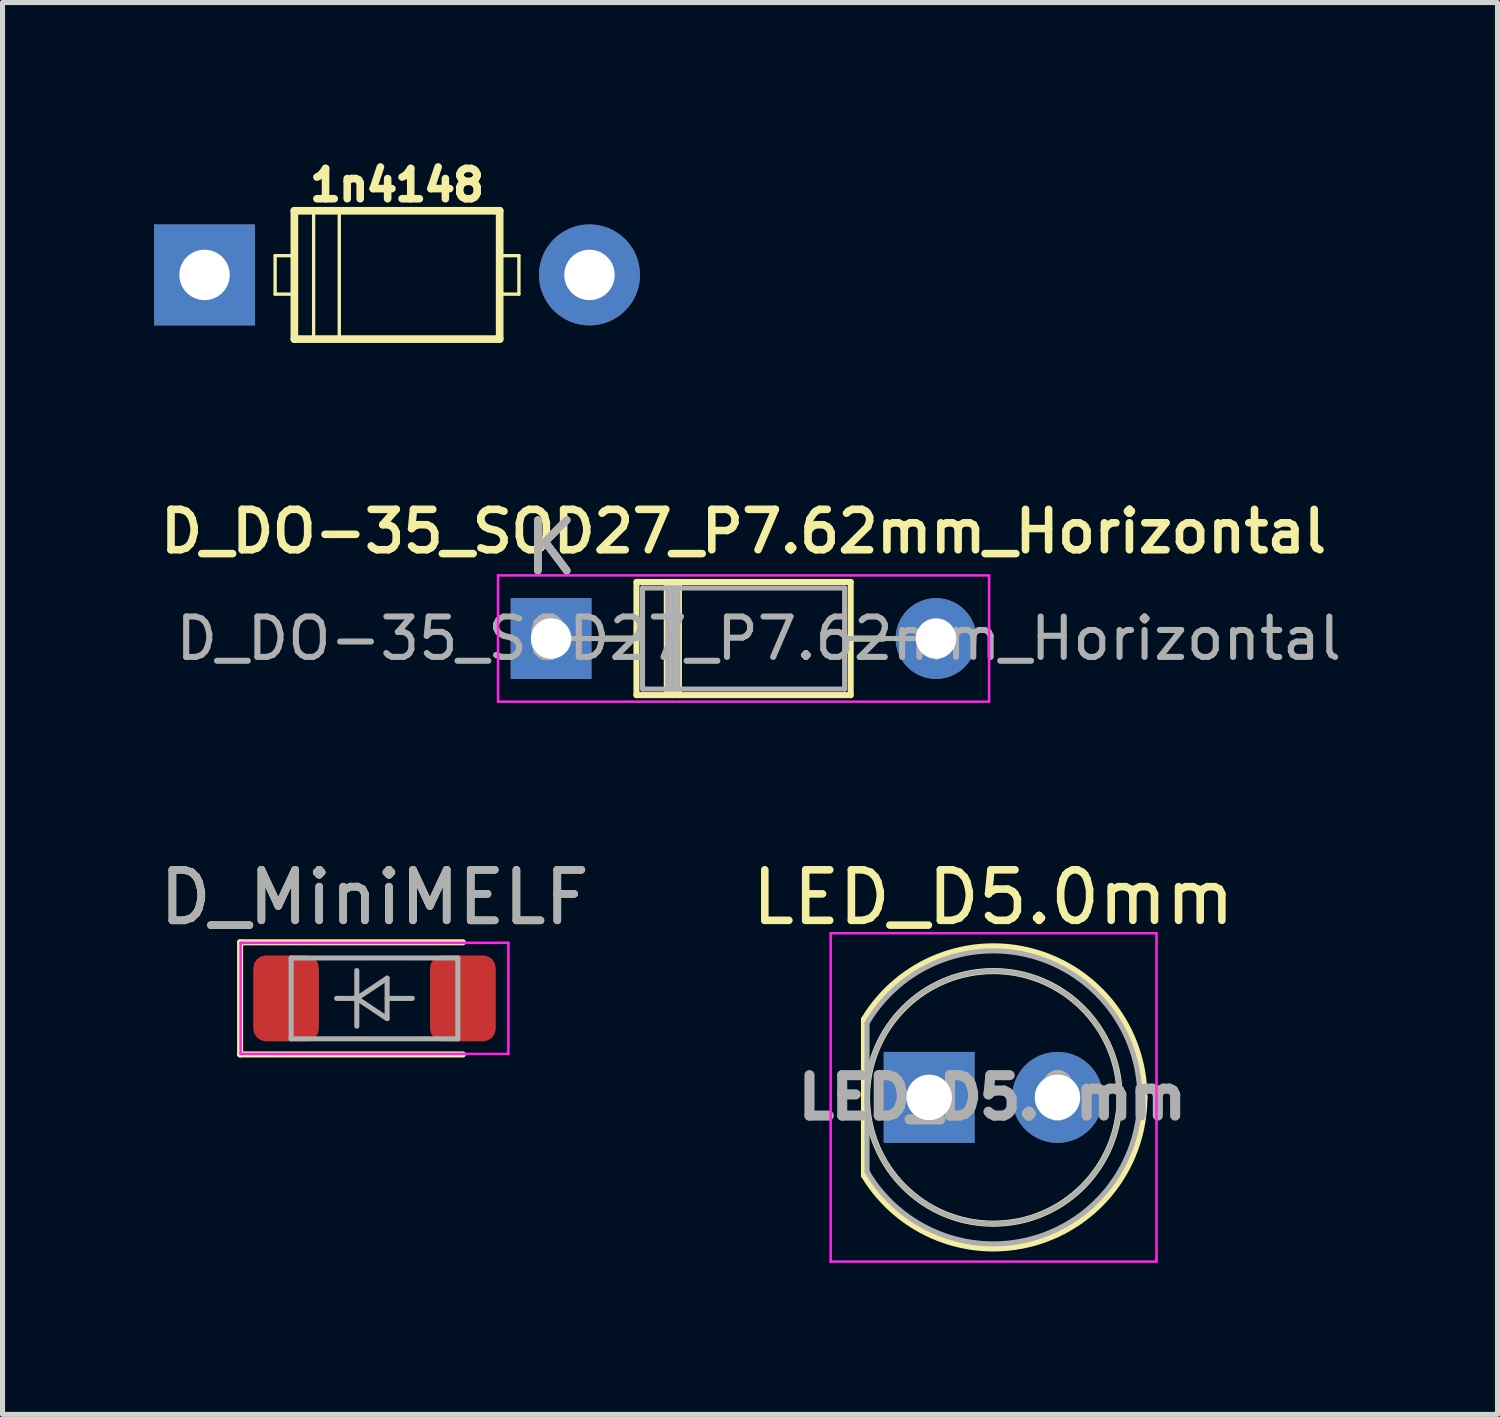
<source format=kicad_pcb>
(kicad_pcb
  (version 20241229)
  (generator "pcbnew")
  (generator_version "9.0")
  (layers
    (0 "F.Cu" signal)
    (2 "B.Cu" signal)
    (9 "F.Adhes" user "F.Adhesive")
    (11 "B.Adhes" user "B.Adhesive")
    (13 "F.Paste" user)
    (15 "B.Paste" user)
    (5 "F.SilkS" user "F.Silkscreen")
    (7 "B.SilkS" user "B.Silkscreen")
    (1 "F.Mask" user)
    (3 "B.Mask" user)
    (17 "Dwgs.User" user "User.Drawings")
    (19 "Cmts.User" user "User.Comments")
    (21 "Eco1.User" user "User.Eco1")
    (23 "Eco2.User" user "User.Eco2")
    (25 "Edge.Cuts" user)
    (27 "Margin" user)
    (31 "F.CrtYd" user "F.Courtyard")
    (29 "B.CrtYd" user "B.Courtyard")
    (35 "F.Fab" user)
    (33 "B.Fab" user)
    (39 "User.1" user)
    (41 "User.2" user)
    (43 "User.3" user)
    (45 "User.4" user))
  (footprint "1n4148"
    (layer "F.Cu")
    (at 4.809 2.392)
    (property "Reference" "1n4148" (at 0 -1.778 0) (layer "F.SilkS") (effects (font (size 0.6 0.6) (thickness 0.15))))
    (attr exclude_from_pos_files exclude_from_bom)
    (fp_line (start -2.413 -0.381) (end -2.032 -0.381) (stroke (width 0.066) (type solid)) (layer "F.SilkS"))
    (fp_line (start -2.413 0.381) (end -2.413 -0.381) (stroke (width 0.066) (type solid)) (layer "F.SilkS"))
    (fp_line (start -2.413 0.381) (end -2.032 0.381) (stroke (width 0.066) (type solid)) (layer "F.SilkS"))
    (fp_line (start -2.032 -1.27) (end -2.032 1.27) (stroke (width 0.152) (type solid)) (layer "F.SilkS"))
    (fp_line (start -2.032 -1.27) (end 2.032 -1.27) (stroke (width 0.152) (type solid)) (layer "F.SilkS"))
    (fp_line (start -2.032 0.381) (end -2.032 -0.381) (stroke (width 0.066) (type solid)) (layer "F.SilkS"))
    (fp_line (start -1.651 -1.27) (end -1.143 -1.27) (stroke (width 0.066) (type solid)) (layer "F.SilkS"))
    (fp_line (start -1.651 1.27) (end -1.651 -1.27) (stroke (width 0.066) (type solid)) (layer "F.SilkS"))
    (fp_line (start -1.651 1.27) (end -1.143 1.27) (stroke (width 0.066) (type solid)) (layer "F.SilkS"))
    (fp_line (start -1.143 1.27) (end -1.143 -1.27) (stroke (width 0.066) (type solid)) (layer "F.SilkS"))
    (fp_line (start 2.032 -0.381) (end 2.413 -0.381) (stroke (width 0.066) (type solid)) (layer "F.SilkS"))
    (fp_line (start 2.032 0.381) (end 2.032 -0.381) (stroke (width 0.066) (type solid)) (layer "F.SilkS"))
    (fp_line (start 2.032 0.381) (end 2.413 0.381) (stroke (width 0.066) (type solid)) (layer "F.SilkS"))
    (fp_line (start 2.032 1.27) (end -2.032 1.27) (stroke (width 0.152) (type solid)) (layer "F.SilkS"))
    (fp_line (start 2.032 1.27) (end 2.032 -1.27) (stroke (width 0.152) (type solid)) (layer "F.SilkS"))
    (fp_line (start 2.413 0.381) (end 2.413 -0.381) (stroke (width 0.066) (type solid)) (layer "F.SilkS"))
    (pad "1" thru_hole circle (at 3.81 0) (size 1.999 1.999) (drill 0.998) (layers "*.Cu" "*.Paste" "*.Mask"))
    (pad "2" thru_hole rect (at -3.81 0) (size 1.999 1.999) (drill 0.998) (layers "*.Cu" "*.Paste" "*.Mask")))
  (footprint "D_MiniMELF"
    (layer "F.Cu")
    (at 4.363 16.713)
    (property "Reference" "D_MiniMELF" (at 0 -2 0) (layer "F.SilkS") (effects (font (size 1 1) (thickness 0.15))))
    (attr smd)
    (fp_line (start -2.66 -1.11) (end -2.66 1.11) (stroke (width 0.12) (type solid)) (layer "F.SilkS"))
    (fp_line (start -2.66 1.11) (end 1.75 1.11) (stroke (width 0.12) (type solid)) (layer "F.SilkS"))
    (fp_line (start 1.75 -1.11) (end -2.66 -1.11) (stroke (width 0.12) (type solid)) (layer "F.SilkS"))
    (fp_line (start -2.65 -1.1) (end 2.65 -1.1) (stroke (width 0.05) (type solid)) (layer "F.CrtYd"))
    (fp_line (start -2.65 1.1) (end -2.65 -1.1) (stroke (width 0.05) (type solid)) (layer "F.CrtYd"))
    (fp_line (start 2.65 -1.1) (end 2.65 1.1) (stroke (width 0.05) (type solid)) (layer "F.CrtYd"))
    (fp_line (start 2.65 1.1) (end -2.65 1.1) (stroke (width 0.05) (type solid)) (layer "F.CrtYd"))
    (fp_line (start -1.65 -0.8) (end 1.65 -0.8) (stroke (width 0.1) (type solid)) (layer "F.Fab"))
    (fp_line (start -1.65 0.8) (end -1.65 -0.8) (stroke (width 0.1) (type solid)) (layer "F.Fab"))
    (fp_line (start -0.75 0) (end -0.35 0) (stroke (width 0.1) (type solid)) (layer "F.Fab"))
    (fp_line (start -0.35 0) (end -0.35 -0.55) (stroke (width 0.1) (type solid)) (layer "F.Fab"))
    (fp_line (start -0.35 0) (end -0.35 0.55) (stroke (width 0.1) (type solid)) (layer "F.Fab"))
    (fp_line (start -0.35 0) (end 0.25 -0.4) (stroke (width 0.1) (type solid)) (layer "F.Fab"))
    (fp_line (start 0.25 -0.4) (end 0.25 0.4) (stroke (width 0.1) (type solid)) (layer "F.Fab"))
    (fp_line (start 0.25 0) (end 0.75 0) (stroke (width 0.1) (type solid)) (layer "F.Fab"))
    (fp_line (start 0.25 0.4) (end -0.35 0) (stroke (width 0.1) (type solid)) (layer "F.Fab"))
    (fp_line (start 1.65 -0.8) (end 1.65 0.8) (stroke (width 0.1) (type solid)) (layer "F.Fab"))
    (fp_line (start 1.65 0.8) (end -1.65 0.8) (stroke (width 0.1) (type solid)) (layer "F.Fab"))
    (fp_text user "${REFERENCE}" (at 0 -2 0) (layer "F.Fab") (effects (font (size 1 1) (thickness 0.15))))
    (pad "1" smd roundrect (at -1.75 0) (size 1.3 1.7) (layers "F.Cu" "F.Mask" "F.Paste") (roundrect_rratio 0.192))
    (pad "2" smd roundrect (at 1.75 0) (size 1.3 1.7) (layers "F.Cu" "F.Mask" "F.Paste") (roundrect_rratio 0.192)))
  (footprint "D_DO-35_SOD27_P7.62mm_Horizontal"
    (layer "F.Cu")
    (at 7.859 9.59)
    (property "Reference" "D_DO-35_SOD27_P7.62mm_Horizontal" (at 3.81 -2.12 0) (layer "F.SilkS") (effects (font (size 0.8 0.8) (thickness 0.15))))
    (attr through_hole)
    (fp_line (start 1.04 0) (end 1.69 0) (stroke (width 0.12) (type solid)) (layer "F.SilkS"))
    (fp_line (start 1.69 -1.12) (end 1.69 1.12) (stroke (width 0.12) (type solid)) (layer "F.SilkS"))
    (fp_line (start 1.69 1.12) (end 5.93 1.12) (stroke (width 0.12) (type solid)) (layer "F.SilkS"))
    (fp_line (start 2.29 -1.12) (end 2.29 1.12) (stroke (width 0.12) (type solid)) (layer "F.SilkS"))
    (fp_line (start 2.41 -1.12) (end 2.41 1.12) (stroke (width 0.12) (type solid)) (layer "F.SilkS"))
    (fp_line (start 2.53 -1.12) (end 2.53 1.12) (stroke (width 0.12) (type solid)) (layer "F.SilkS"))
    (fp_line (start 5.93 -1.12) (end 1.69 -1.12) (stroke (width 0.12) (type solid)) (layer "F.SilkS"))
    (fp_line (start 5.93 1.12) (end 5.93 -1.12) (stroke (width 0.12) (type solid)) (layer "F.SilkS"))
    (fp_line (start 6.58 0) (end 5.93 0) (stroke (width 0.12) (type solid)) (layer "F.SilkS"))
    (fp_line (start -1.05 -1.25) (end -1.05 1.25) (stroke (width 0.05) (type solid)) (layer "F.CrtYd"))
    (fp_line (start -1.05 1.25) (end 8.67 1.25) (stroke (width 0.05) (type solid)) (layer "F.CrtYd"))
    (fp_line (start 8.67 -1.25) (end -1.05 -1.25) (stroke (width 0.05) (type solid)) (layer "F.CrtYd"))
    (fp_line (start 8.67 1.25) (end 8.67 -1.25) (stroke (width 0.05) (type solid)) (layer "F.CrtYd"))
    (fp_line (start 0 0) (end 1.81 0) (stroke (width 0.1) (type solid)) (layer "F.Fab"))
    (fp_line (start 1.81 -1) (end 1.81 1) (stroke (width 0.1) (type solid)) (layer "F.Fab"))
    (fp_line (start 1.81 1) (end 5.81 1) (stroke (width 0.1) (type solid)) (layer "F.Fab"))
    (fp_line (start 2.31 -1) (end 2.31 1) (stroke (width 0.1) (type solid)) (layer "F.Fab"))
    (fp_line (start 2.41 -1) (end 2.41 1) (stroke (width 0.1) (type solid)) (layer "F.Fab"))
    (fp_line (start 2.51 -1) (end 2.51 1) (stroke (width 0.1) (type solid)) (layer "F.Fab"))
    (fp_line (start 5.81 -1) (end 1.81 -1) (stroke (width 0.1) (type solid)) (layer "F.Fab"))
    (fp_line (start 5.81 1) (end 5.81 -1) (stroke (width 0.1) (type solid)) (layer "F.Fab"))
    (fp_line (start 7.62 0) (end 5.81 0) (stroke (width 0.1) (type solid)) (layer "F.Fab"))
    (fp_text user "K" (at 0 -1.8 0) (layer "F.SilkS") (effects (font (size 1 1) (thickness 0.15))))
    (fp_text user "${REFERENCE}" (at 4.11 0 0) (layer "F.Fab") (effects (font (size 0.8 0.8) (thickness 0.12))))
    (fp_text user "K" (at 0 -1.8 0) (layer "F.Fab") (effects (font (size 1 1) (thickness 0.15))))
    (pad "1" thru_hole rect (at 0 0) (size 1.6 1.6) (drill 0.8) (layers "*.Cu" "*.Mask"))
    (pad "2" thru_hole oval (at 7.62 0) (size 1.6 1.6) (drill 0.8) (layers "*.Cu" "*.Mask")))
  (footprint "LED_D5.0mm"
    (layer "F.Cu")
    (at 15.343 18.673)
    (property "Reference" "LED_D5.0mm" (at 1.27 -3.96 0) (layer "F.SilkS") (effects (font (size 1 1) (thickness 0.15))))
    (attr through_hole)
    (fp_line (start -1.29 -1.545) (end -1.29 1.545) (stroke (width 0.12) (type solid)) (layer "F.SilkS"))
    (fp_arc (start -1.29 -1.54483) (mid 2.072002 -2.880433) (end 4.26 0.000462) (stroke (width 0.12) (type solid)) (layer "F.SilkS"))
    (fp_arc (start 4.26 -0.000462) (mid 2.072002 2.880433) (end -1.29 1.54483) (stroke (width 0.12) (type solid)) (layer "F.SilkS"))
    (fp_circle (center 1.27 0) (end 3.77 0) (stroke (width 0.12) (type solid)) (fill no) (layer "F.SilkS"))
    (fp_line (start -1.95 -3.25) (end -1.95 3.25) (stroke (width 0.05) (type solid)) (layer "F.CrtYd"))
    (fp_line (start -1.95 3.25) (end 4.5 3.25) (stroke (width 0.05) (type solid)) (layer "F.CrtYd"))
    (fp_line (start 4.5 -3.25) (end -1.95 -3.25) (stroke (width 0.05) (type solid)) (layer "F.CrtYd"))
    (fp_line (start 4.5 3.25) (end 4.5 -3.25) (stroke (width 0.05) (type solid)) (layer "F.CrtYd"))
    (fp_line (start -1.23 -1.47) (end -1.23 1.47) (stroke (width 0.1) (type solid)) (layer "F.Fab"))
    (fp_arc (start -1.23 -1.469694) (mid 4.17 0.000016) (end -1.230016 1.469666) (stroke (width 0.1) (type solid)) (layer "F.Fab"))
    (fp_circle (center 1.27 0) (end 3.77 0) (stroke (width 0.1) (type solid)) (fill no) (layer "F.Fab"))
    (fp_text user "${REFERENCE}" (at 1.25 0 0) (layer "F.Fab") (effects (font (size 0.8 0.8) (thickness 0.2))))
    (pad "1" thru_hole rect (at 0 0) (size 1.8 1.8) (drill 0.9) (layers "*.Cu" "*.Mask"))
    (pad "2" thru_hole circle (at 2.54 0) (size 1.8 1.8) (drill 0.9) (layers "*.Cu" "*.Mask")))
  (gr_rect
    (start -3 -3)
    (end 26.593 24.948)
    (stroke (width 0.1) (type default))
    (fill no)
    (layer "Edge.Cuts")))
</source>
